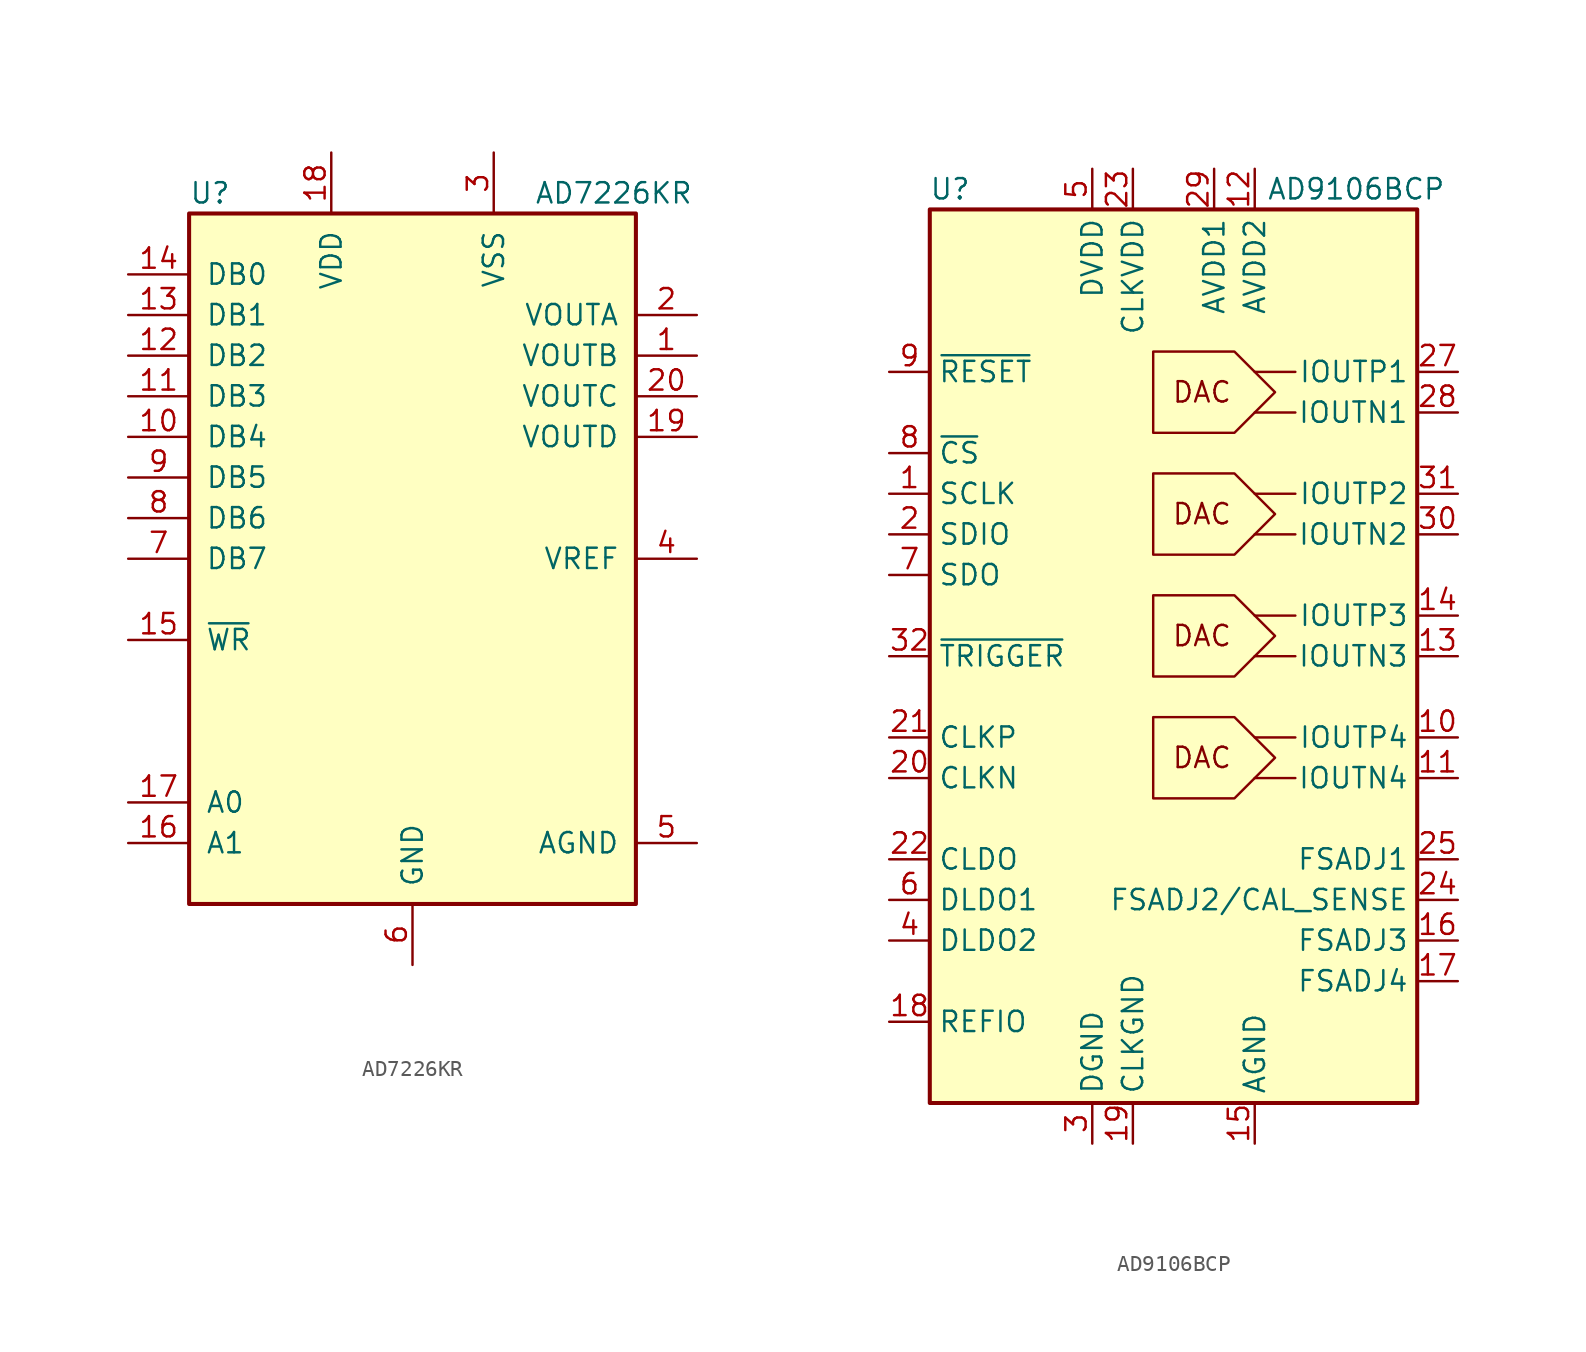
<source format=kicad_sym>
(kicad_symbol_lib
  (version 20231120)
  (generator "kicad_symbol_editor")
  (generator_version "8.0")
  (symbol "AD7226KR"
    (pin_names
      (offset 1.016))
    (property "Reference" "U"
      (at -13.97 22.86 0)
      (effects (font (size 1.27 1.27)) (justify left)))
    (property "Value" "AD7226KR"
      (at 7.62 22.86 0)
      (effects (font (size 1.27 1.27)) (justify left)))
    (symbol "AD7226KR_0_1"
      (rectangle (start -13.97 -21.59) (end 13.97 21.59) (stroke (width 0.254) (type default)) (fill (type background))))
    (symbol "AD7226KR_1_1"
      (pin output line (at 17.78 12.7 180) (length 3.81) (name "VOUTB" (effects (font (size 1.27 1.27)))) (number "1" (effects (font (size 1.27 1.27)))))
      (pin input line (at -17.78 7.62 0) (length 3.81) (name "DB4" (effects (font (size 1.27 1.27)))) (number "10" (effects (font (size 1.27 1.27)))))
      (pin input line (at -17.78 10.16 0) (length 3.81) (name "DB3" (effects (font (size 1.27 1.27)))) (number "11" (effects (font (size 1.27 1.27)))))
      (pin input line (at -17.78 12.7 0) (length 3.81) (name "DB2" (effects (font (size 1.27 1.27)))) (number "12" (effects (font (size 1.27 1.27)))))
      (pin input line (at -17.78 15.24 0) (length 3.81) (name "DB1" (effects (font (size 1.27 1.27)))) (number "13" (effects (font (size 1.27 1.27)))))
      (pin input line (at -17.78 17.78 0) (length 3.81) (name "DB0" (effects (font (size 1.27 1.27)))) (number "14" (effects (font (size 1.27 1.27)))))
      (pin input line (at -17.78 -5.08 0) (length 3.81) (name "~{WR}" (effects (font (size 1.27 1.27)))) (number "15" (effects (font (size 1.27 1.27)))))
      (pin input line (at -17.78 -17.78 0) (length 3.81) (name "A1" (effects (font (size 1.27 1.27)))) (number "16" (effects (font (size 1.27 1.27)))))
      (pin input line (at -17.78 -15.24 0) (length 3.81) (name "A0" (effects (font (size 1.27 1.27)))) (number "17" (effects (font (size 1.27 1.27)))))
      (pin power_in line (at -5.08 25.4 270) (length 3.81) (name "VDD" (effects (font (size 1.27 1.27)))) (number "18" (effects (font (size 1.27 1.27)))))
      (pin output line (at 17.78 7.62 180) (length 3.81) (name "VOUTD" (effects (font (size 1.27 1.27)))) (number "19" (effects (font (size 1.27 1.27)))))
      (pin output line (at 17.78 15.24 180) (length 3.81) (name "VOUTA" (effects (font (size 1.27 1.27)))) (number "2" (effects (font (size 1.27 1.27)))))
      (pin output line (at 17.78 10.16 180) (length 3.81) (name "VOUTC" (effects (font (size 1.27 1.27)))) (number "20" (effects (font (size 1.27 1.27)))))
      (pin power_in line (at 5.08 25.4 270) (length 3.81) (name "VSS" (effects (font (size 1.27 1.27)))) (number "3" (effects (font (size 1.27 1.27)))))
      (pin input line (at 17.78 0 180) (length 3.81) (name "VREF" (effects (font (size 1.27 1.27)))) (number "4" (effects (font (size 1.27 1.27)))))
      (pin input line (at 17.78 -17.78 180) (length 3.81) (name "AGND" (effects (font (size 1.27 1.27)))) (number "5" (effects (font (size 1.27 1.27)))))
      (pin power_in line (at 0 -25.4 90) (length 3.81) (name "GND" (effects (font (size 1.27 1.27)))) (number "6" (effects (font (size 1.27 1.27)))))
      (pin input line (at -17.78 0 0) (length 3.81) (name "DB7" (effects (font (size 1.27 1.27)))) (number "7" (effects (font (size 1.27 1.27)))))
      (pin input line (at -17.78 2.54 0) (length 3.81) (name "DB6" (effects (font (size 1.27 1.27)))) (number "8" (effects (font (size 1.27 1.27)))))
      (pin input line (at -17.78 5.08 0) (length 3.81) (name "DB5" (effects (font (size 1.27 1.27)))) (number "9" (effects (font (size 1.27 1.27)))))))
  (symbol "AD9106BCP"
    (property "Reference" "U"
      (at -13.97 29.21 0)
      (effects (font (size 1.27 1.27))))
    (property "Value" "AD9106BCP"
      (at 11.43 29.21 0)
      (effects (font (size 1.27 1.27))))
    (symbol "AD9106BCP_0_0"
      (rectangle (start -15.24 27.94) (end 15.24 -27.94) (stroke (width 0.254) (type default)) (fill (type background)))
      (polyline (pts (xy 5.08 -7.62) (xy 7.62 -7.62)) (stroke (width 0) (type default)) (fill (type none)))
      (polyline (pts (xy 5.08 -5.08) (xy 7.62 -5.08)) (stroke (width 0) (type default)) (fill (type none)))
      (polyline (pts (xy 5.08 0) (xy 7.62 0)) (stroke (width 0) (type default)) (fill (type none)))
      (polyline (pts (xy 5.08 2.54) (xy 7.62 2.54)) (stroke (width 0) (type default)) (fill (type none)))
      (polyline (pts (xy 5.08 7.62) (xy 7.62 7.62)) (stroke (width 0) (type default)) (fill (type none)))
      (polyline (pts (xy 5.08 10.16) (xy 7.62 10.16)) (stroke (width 0) (type default)) (fill (type none)))
      (polyline (pts (xy 5.08 15.24) (xy 7.62 15.24)) (stroke (width 0) (type default)) (fill (type none)))
      (polyline (pts (xy 5.08 17.78) (xy 7.62 17.78)) (stroke (width 0) (type default)) (fill (type none)))
      (text "DAC" (at 1.778 -6.35 0) (effects (font (size 1.27 1.27))))
      (text "DAC" (at 1.778 1.27 0) (effects (font (size 1.27 1.27))))
      (text "DAC" (at 1.778 8.89 0) (effects (font (size 1.27 1.27))))
      (text "DAC" (at 1.778 16.51 0) (effects (font (size 1.27 1.27)))))
    (symbol "AD9106BCP_0_1"
      (polyline (pts (xy -1.27 -3.81) (xy 3.81 -3.81) (xy 6.35 -6.35) (xy 3.81 -8.89) (xy -1.27 -8.89) (xy -1.27 -3.81)) (stroke (width 0) (type default)) (fill (type none)))
      (polyline (pts (xy -1.27 3.81) (xy 3.81 3.81) (xy 6.35 1.27) (xy 3.81 -1.27) (xy -1.27 -1.27) (xy -1.27 3.81)) (stroke (width 0) (type default)) (fill (type none)))
      (polyline (pts (xy -1.27 11.43) (xy 3.81 11.43) (xy 6.35 8.89) (xy 3.81 6.35) (xy -1.27 6.35) (xy -1.27 11.43)) (stroke (width 0) (type default)) (fill (type none)))
      (polyline (pts (xy -1.27 19.05) (xy 3.81 19.05) (xy 6.35 16.51) (xy 3.81 13.97) (xy -1.27 13.97) (xy -1.27 19.05)) (stroke (width 0) (type default)) (fill (type none))))
    (symbol "AD9106BCP_1_1"
      (pin input line (at -17.78 10.16 0) (length 2.54) (name "SCLK" (effects (font (size 1.27 1.27)))) (number "1" (effects (font (size 1.27 1.27)))))
      (pin output line (at 17.78 -5.08 180) (length 2.54) (name "IOUTP4" (effects (font (size 1.27 1.27)))) (number "10" (effects (font (size 1.27 1.27)))))
      (pin output line (at 17.78 -7.62 180) (length 2.54) (name "IOUTN4" (effects (font (size 1.27 1.27)))) (number "11" (effects (font (size 1.27 1.27)))))
      (pin power_in line (at 5.08 30.48 270) (length 2.54) (name "AVDD2" (effects (font (size 1.27 1.27)))) (number "12" (effects (font (size 1.27 1.27)))))
      (pin output line (at 17.78 0 180) (length 2.54) (name "IOUTN3" (effects (font (size 1.27 1.27)))) (number "13" (effects (font (size 1.27 1.27)))))
      (pin output line (at 17.78 2.54 180) (length 2.54) (name "IOUTP3" (effects (font (size 1.27 1.27)))) (number "14" (effects (font (size 1.27 1.27)))))
      (pin power_in line (at 5.08 -30.48 90) (length 2.54) (name "AGND" (effects (font (size 1.27 1.27)))) (number "15" (effects (font (size 1.27 1.27)))))
      (pin output line (at 17.78 -17.78 180) (length 2.54) (name "FSADJ3" (effects (font (size 1.27 1.27)))) (number "16" (effects (font (size 1.27 1.27)))))
      (pin output line (at 17.78 -20.32 180) (length 2.54) (name "FSADJ4" (effects (font (size 1.27 1.27)))) (number "17" (effects (font (size 1.27 1.27)))))
      (pin bidirectional line (at -17.78 -22.86 0) (length 2.54) (name "REFIO" (effects (font (size 1.27 1.27)))) (number "18" (effects (font (size 1.27 1.27)))))
      (pin power_in line (at -2.54 -30.48 90) (length 2.54) (name "CLKGND" (effects (font (size 1.27 1.27)))) (number "19" (effects (font (size 1.27 1.27)))))
      (pin bidirectional line (at -17.78 7.62 0) (length 2.54) (name "SDIO" (effects (font (size 1.27 1.27)))) (number "2" (effects (font (size 1.27 1.27)))))
      (pin input line (at -17.78 -7.62 0) (length 2.54) (name "CLKN" (effects (font (size 1.27 1.27)))) (number "20" (effects (font (size 1.27 1.27)))))
      (pin input line (at -17.78 -5.08 0) (length 2.54) (name "CLKP" (effects (font (size 1.27 1.27)))) (number "21" (effects (font (size 1.27 1.27)))))
      (pin bidirectional line (at -17.78 -12.7 0) (length 2.54) (name "CLDO" (effects (font (size 1.27 1.27)))) (number "22" (effects (font (size 1.27 1.27)))))
      (pin power_in line (at -2.54 30.48 270) (length 2.54) (name "CLKVDD" (effects (font (size 1.27 1.27)))) (number "23" (effects (font (size 1.27 1.27)))))
      (pin bidirectional line (at 17.78 -15.24 180) (length 2.54) (name "FSADJ2/CAL_SENSE" (effects (font (size 1.27 1.27)))) (number "24" (effects (font (size 1.27 1.27)))))
      (pin output line (at 17.78 -12.7 180) (length 2.54) (name "FSADJ1" (effects (font (size 1.27 1.27)))) (number "25" (effects (font (size 1.27 1.27)))))
      (pin passive line (at 5.08 -30.48 90) (length 2.54) hide (name "AGND" (effects (font (size 1.27 1.27)))) (number "26" (effects (font (size 1.27 1.27)))))
      (pin output line (at 17.78 17.78 180) (length 2.54) (name "IOUTP1" (effects (font (size 1.27 1.27)))) (number "27" (effects (font (size 1.27 1.27)))))
      (pin output line (at 17.78 15.24 180) (length 2.54) (name "IOUTN1" (effects (font (size 1.27 1.27)))) (number "28" (effects (font (size 1.27 1.27)))))
      (pin power_in line (at 2.54 30.48 270) (length 2.54) (name "AVDD1" (effects (font (size 1.27 1.27)))) (number "29" (effects (font (size 1.27 1.27)))))
      (pin power_in line (at -5.08 -30.48 90) (length 2.54) (name "DGND" (effects (font (size 1.27 1.27)))) (number "3" (effects (font (size 1.27 1.27)))))
      (pin output line (at 17.78 7.62 180) (length 2.54) (name "IOUTN2" (effects (font (size 1.27 1.27)))) (number "30" (effects (font (size 1.27 1.27)))))
      (pin output line (at 17.78 10.16 180) (length 2.54) (name "IOUTP2" (effects (font (size 1.27 1.27)))) (number "31" (effects (font (size 1.27 1.27)))))
      (pin input line (at -17.78 0 0) (length 2.54) (name "~{TRIGGER}" (effects (font (size 1.27 1.27)))) (number "32" (effects (font (size 1.27 1.27)))))
      (pin passive line (at -5.08 -30.48 90) (length 2.54) hide (name "DGND" (effects (font (size 1.27 1.27)))) (number "33" (effects (font (size 1.27 1.27)))))
      (pin power_out line (at -17.78 -17.78 0) (length 2.54) (name "DLDO2" (effects (font (size 1.27 1.27)))) (number "4" (effects (font (size 1.27 1.27)))))
      (pin power_in line (at -5.08 30.48 270) (length 2.54) (name "DVDD" (effects (font (size 1.27 1.27)))) (number "5" (effects (font (size 1.27 1.27)))))
      (pin power_out line (at -17.78 -15.24 0) (length 2.54) (name "DLDO1" (effects (font (size 1.27 1.27)))) (number "6" (effects (font (size 1.27 1.27)))))
      (pin output line (at -17.78 5.08 0) (length 2.54) (name "SDO" (effects (font (size 1.27 1.27)))) (number "7" (effects (font (size 1.27 1.27)))) (alternate "DOUT" output line) (alternate "SDI2" input line))
      (pin input line (at -17.78 12.7 0) (length 2.54) (name "~{CS}" (effects (font (size 1.27 1.27)))) (number "8" (effects (font (size 1.27 1.27)))))
      (pin input line (at -17.78 17.78 0) (length 2.54) (name "~{RESET}" (effects (font (size 1.27 1.27)))) (number "9" (effects (font (size 1.27 1.27))))))))
</source>
